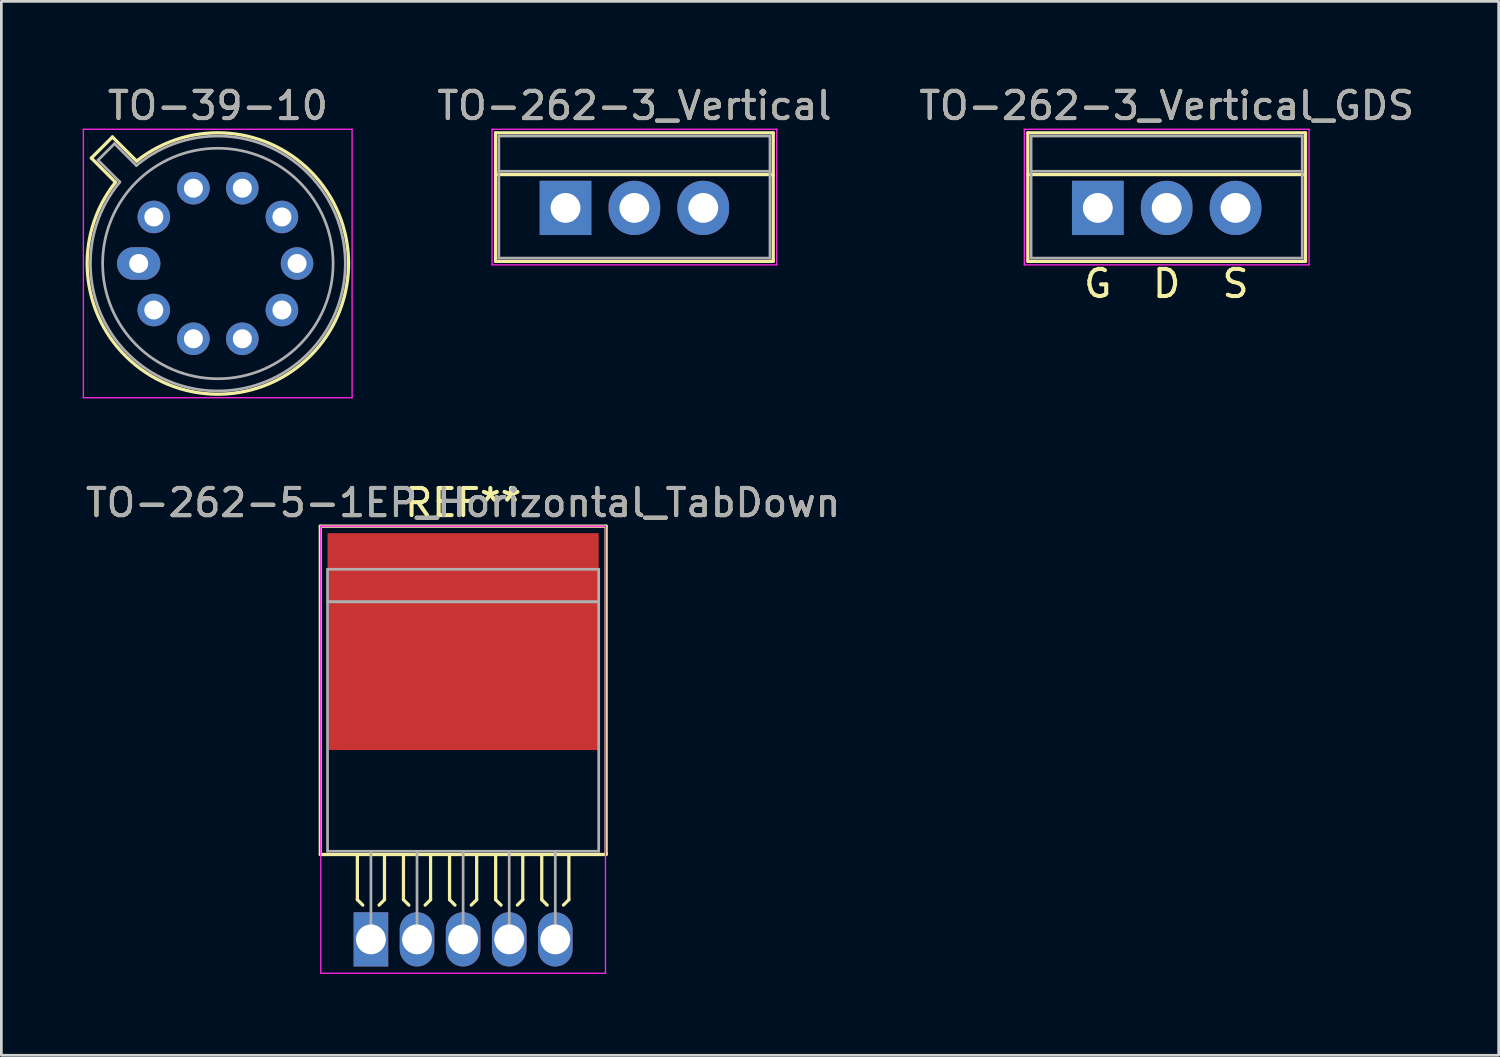
<source format=kicad_pcb>
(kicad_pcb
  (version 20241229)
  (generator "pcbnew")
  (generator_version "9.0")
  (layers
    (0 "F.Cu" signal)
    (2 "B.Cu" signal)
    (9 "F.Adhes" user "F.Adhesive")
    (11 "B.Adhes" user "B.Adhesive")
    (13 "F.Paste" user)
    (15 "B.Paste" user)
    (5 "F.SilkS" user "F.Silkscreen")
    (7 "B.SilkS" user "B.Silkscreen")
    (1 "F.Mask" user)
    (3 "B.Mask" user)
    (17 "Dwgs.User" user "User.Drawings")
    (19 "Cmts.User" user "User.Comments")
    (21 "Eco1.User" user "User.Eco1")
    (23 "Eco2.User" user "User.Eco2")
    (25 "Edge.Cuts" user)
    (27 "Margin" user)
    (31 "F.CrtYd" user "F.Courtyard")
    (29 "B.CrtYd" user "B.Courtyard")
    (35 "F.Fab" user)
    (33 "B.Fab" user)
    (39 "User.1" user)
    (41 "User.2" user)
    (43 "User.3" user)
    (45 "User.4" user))
  (footprint "TO-262-5-1EP_Horizontal_TabDown"
    (layer "F.Cu")
    (at 10.63 31.595)
    (property "Reference" "TO-262-5-1EP_Horizontal_TabDown" (at 3.4 -16.103 0) (layer "F.SilkS") (effects (font (size 1 1) (thickness 0.15))))
    (attr through_hole)
    (fp_line (start -1.867 -15.24) (end 8.674 -15.24) (stroke (width 0.12) (type solid)) (layer "F.SilkS"))
    (fp_line (start -1.867 -3.13) (end -1.867 -15.24) (stroke (width 0.12) (type solid)) (layer "F.SilkS"))
    (fp_line (start -1.867 -3.13) (end 8.674 -3.13) (stroke (width 0.12) (type solid)) (layer "F.SilkS"))
    (fp_line (start -0.5 -3.111) (end -0.5 -1.464) (stroke (width 0.12) (type solid)) (layer "F.SilkS"))
    (fp_line (start -0.5 -1.464) (end -0.3 -1.264) (stroke (width 0.12) (type solid)) (layer "F.SilkS"))
    (fp_line (start 0.5 -3.111) (end 0.5 -1.464) (stroke (width 0.12) (type solid)) (layer "F.SilkS"))
    (fp_line (start 0.5 -1.464) (end 0.3 -1.264) (stroke (width 0.12) (type solid)) (layer "F.SilkS"))
    (fp_line (start 1.2 -3.111) (end 1.2 -1.464) (stroke (width 0.12) (type solid)) (layer "F.SilkS"))
    (fp_line (start 1.2 -1.464) (end 1.4 -1.264) (stroke (width 0.12) (type solid)) (layer "F.SilkS"))
    (fp_line (start 2.2 -3.111) (end 2.2 -1.464) (stroke (width 0.12) (type solid)) (layer "F.SilkS"))
    (fp_line (start 2.2 -1.464) (end 2 -1.264) (stroke (width 0.12) (type solid)) (layer "F.SilkS"))
    (fp_line (start 2.9 -3.111) (end 2.9 -1.464) (stroke (width 0.12) (type solid)) (layer "F.SilkS"))
    (fp_line (start 2.9 -1.464) (end 3.1 -1.264) (stroke (width 0.12) (type solid)) (layer "F.SilkS"))
    (fp_line (start 3.9 -3.111) (end 3.9 -1.464) (stroke (width 0.12) (type solid)) (layer "F.SilkS"))
    (fp_line (start 3.9 -1.464) (end 3.7 -1.264) (stroke (width 0.12) (type solid)) (layer "F.SilkS"))
    (fp_line (start 4.6 -3.111) (end 4.6 -1.464) (stroke (width 0.12) (type solid)) (layer "F.SilkS"))
    (fp_line (start 4.6 -1.464) (end 4.8 -1.264) (stroke (width 0.12) (type solid)) (layer "F.SilkS"))
    (fp_line (start 5.6 -3.111) (end 5.6 -1.464) (stroke (width 0.12) (type solid)) (layer "F.SilkS"))
    (fp_line (start 5.6 -1.464) (end 5.4 -1.264) (stroke (width 0.12) (type solid)) (layer "F.SilkS"))
    (fp_line (start 6.3 -3.111) (end 6.3 -1.464) (stroke (width 0.12) (type solid)) (layer "F.SilkS"))
    (fp_line (start 6.3 -1.464) (end 6.5 -1.264) (stroke (width 0.12) (type solid)) (layer "F.SilkS"))
    (fp_line (start 7.3 -3.111) (end 7.3 -1.464) (stroke (width 0.12) (type solid)) (layer "F.SilkS"))
    (fp_line (start 7.3 -1.464) (end 7.1 -1.264) (stroke (width 0.12) (type solid)) (layer "F.SilkS"))
    (fp_line (start 8.674 -15.24) (end 8.674 -3.175) (stroke (width 0.12) (type solid)) (layer "F.SilkS"))
    (fp_line (start 8.674 -3.175) (end 8.674 -3.13) (stroke (width 0.12) (type solid)) (layer "F.SilkS"))
    (fp_line (start -1.85 -15.24) (end -1.85 1.25) (stroke (width 0.05) (type solid)) (layer "F.CrtYd"))
    (fp_line (start -1.85 1.25) (end 8.65 1.25) (stroke (width 0.05) (type solid)) (layer "F.CrtYd"))
    (fp_line (start 8.65 -15.24) (end -1.85 -15.24) (stroke (width 0.05) (type solid)) (layer "F.CrtYd"))
    (fp_line (start 8.65 1.25) (end 8.65 -15.24) (stroke (width 0.05) (type solid)) (layer "F.CrtYd"))
    (fp_line (start -1.6 -13.65) (end 8.4 -13.65) (stroke (width 0.1) (type solid)) (layer "F.Fab"))
    (fp_line (start -1.6 -12.45) (end -1.6 -13.65) (stroke (width 0.1) (type solid)) (layer "F.Fab"))
    (fp_line (start -1.6 -12.45) (end 8.4 -12.45) (stroke (width 0.1) (type solid)) (layer "F.Fab"))
    (fp_line (start -1.6 -3.25) (end -1.6 -12.45) (stroke (width 0.1) (type solid)) (layer "F.Fab"))
    (fp_line (start 0 -3.25) (end 0 0) (stroke (width 0.1) (type solid)) (layer "F.Fab"))
    (fp_line (start 1.7 -3.25) (end 1.7 0) (stroke (width 0.1) (type solid)) (layer "F.Fab"))
    (fp_line (start 3.4 -3.25) (end 3.4 0) (stroke (width 0.1) (type solid)) (layer "F.Fab"))
    (fp_line (start 5.1 -3.25) (end 5.1 0) (stroke (width 0.1) (type solid)) (layer "F.Fab"))
    (fp_line (start 6.8 -3.25) (end 6.8 0) (stroke (width 0.1) (type solid)) (layer "F.Fab"))
    (fp_line (start 8.4 -13.65) (end 8.4 -12.45) (stroke (width 0.1) (type solid)) (layer "F.Fab"))
    (fp_line (start 8.4 -12.45) (end -1.6 -12.45) (stroke (width 0.1) (type solid)) (layer "F.Fab"))
    (fp_line (start 8.4 -12.45) (end 8.4 -3.25) (stroke (width 0.1) (type solid)) (layer "F.Fab"))
    (fp_line (start 8.4 -3.25) (end -1.6 -3.25) (stroke (width 0.1) (type solid)) (layer "F.Fab"))
    (fp_text user "REF**" (at 3.404 -16.103 0) (layer "F.SilkS") (effects (font (size 1 1) (thickness 0.15))))
    (fp_text user "${REFERENCE}" (at 3.4 -16.103 0) (layer "F.Fab") (effects (font (size 1 1) (thickness 0.15))))
    (pad "1" thru_hole rect (at 0 0) (size 1.275 2) (drill 1.1) (layers "*.Cu" "*.Mask"))
    (pad "2" thru_hole oval (at 1.7 0) (size 1.275 2) (drill 1.1) (layers "*.Cu" "*.Mask"))
    (pad "3" thru_hole oval (at 3.4 0) (size 1.275 2) (drill 1.1) (layers "*.Cu" "*.Mask"))
    (pad "4" thru_hole oval (at 5.1 0) (size 1.275 2) (drill 1.1) (layers "*.Cu" "*.Mask"))
    (pad "5" thru_hole oval (at 6.8 0) (size 1.275 2) (drill 1.1) (layers "*.Cu" "*.Mask"))
    (pad "6" smd rect (at 3.4 -10.983) (size 10 8) (layers "F.Cu" "F.Mask" "F.Paste")))
  (footprint "TO-262-3_Vertical_GDS"
    (layer "F.Cu")
    (at 37.438 4.618)
    (property "Reference" "TO-262-3_Vertical_GDS" (at 2.54 -3.77 0) (layer "F.SilkS") (effects (font (size 1 1) (thickness 0.15))))
    (fp_line (start -2.58 -2.77) (end -2.58 1.971) (stroke (width 0.12) (type solid)) (layer "F.SilkS"))
    (fp_line (start -2.58 -2.77) (end 7.66 -2.77) (stroke (width 0.12) (type solid)) (layer "F.SilkS"))
    (fp_line (start -2.58 -1.23) (end 7.66 -1.23) (stroke (width 0.12) (type solid)) (layer "F.SilkS"))
    (fp_line (start -2.58 1.971) (end 7.66 1.971) (stroke (width 0.12) (type solid)) (layer "F.SilkS"))
    (fp_line (start 7.66 -2.77) (end 7.66 1.971) (stroke (width 0.12) (type solid)) (layer "F.SilkS"))
    (fp_line (start -2.71 -2.9) (end -2.71 2.1) (stroke (width 0.05) (type solid)) (layer "F.CrtYd"))
    (fp_line (start -2.71 2.1) (end 7.79 2.1) (stroke (width 0.05) (type solid)) (layer "F.CrtYd"))
    (fp_line (start 7.79 -2.9) (end -2.71 -2.9) (stroke (width 0.05) (type solid)) (layer "F.CrtYd"))
    (fp_line (start 7.79 2.1) (end 7.79 -2.9) (stroke (width 0.05) (type solid)) (layer "F.CrtYd"))
    (fp_line (start -2.46 -2.65) (end -2.46 1.85) (stroke (width 0.1) (type solid)) (layer "F.Fab"))
    (fp_line (start -2.46 -1.35) (end 7.54 -1.35) (stroke (width 0.1) (type solid)) (layer "F.Fab"))
    (fp_line (start -2.46 1.85) (end 7.54 1.85) (stroke (width 0.1) (type solid)) (layer "F.Fab"))
    (fp_line (start 7.54 -2.65) (end -2.46 -2.65) (stroke (width 0.1) (type solid)) (layer "F.Fab"))
    (fp_line (start 7.54 1.85) (end 7.54 -2.65) (stroke (width 0.1) (type solid)) (layer "F.Fab"))
    (fp_text user "S" (at 5.08 2.794 0) (unlocked yes) (layer "F.SilkS") (effects (font (size 1 1) (thickness 0.15))))
    (fp_text user "D" (at 2.54 2.794 0) (unlocked yes) (layer "F.SilkS") (effects (font (size 1 1) (thickness 0.15))))
    (fp_text user "G" (at 0 2.794 0) (unlocked yes) (layer "F.SilkS") (effects (font (size 1 1) (thickness 0.15))))
    (fp_text user "${REFERENCE}" (at 2.54 -3.77 0) (layer "F.Fab") (effects (font (size 1 1) (thickness 0.15))))
    (pad "1" thru_hole rect (at 0 0) (size 1.905 2) (drill 1.1) (layers "*.Cu" "*.Mask"))
    (pad "2" thru_hole oval (at 2.54 0) (size 1.905 2) (drill 1.1) (layers "*.Cu" "*.Mask"))
    (pad "3" thru_hole oval (at 5.08 0) (size 1.905 2) (drill 1.1) (layers "*.Cu" "*.Mask")))
  (footprint "TO-39-10"
    (layer "F.Cu")
    (at 2.065 6.668)
    (property "Reference" "TO-39-10" (at 2.92 -5.82 0) (layer "F.SilkS") (effects (font (size 1 1) (thickness 0.15))))
    (attr through_hole)
    (fp_line (start -1.746 -3.888) (end -0.855 -2.997) (stroke (width 0.12) (type solid)) (layer "F.SilkS"))
    (fp_line (start -0.968 -4.666) (end -1.746 -3.888) (stroke (width 0.12) (type solid)) (layer "F.SilkS"))
    (fp_line (start -0.077 -3.775) (end -0.968 -4.666) (stroke (width 0.12) (type solid)) (layer "F.SilkS"))
    (fp_arc (start -0.077084 -3.774902) (mid 6.328125 3.408384) (end -0.854674 -2.997371) (stroke (width 0.12) (type solid)) (layer "F.SilkS"))
    (fp_line (start -2.04 -4.95) (end -2.04 4.95) (stroke (width 0.05) (type solid)) (layer "F.CrtYd"))
    (fp_line (start -2.04 4.95) (end 7.87 4.95) (stroke (width 0.05) (type solid)) (layer "F.CrtYd"))
    (fp_line (start 7.87 -4.95) (end -2.04 -4.95) (stroke (width 0.05) (type solid)) (layer "F.CrtYd"))
    (fp_line (start 7.87 4.95) (end 7.87 -4.95) (stroke (width 0.05) (type solid)) (layer "F.CrtYd"))
    (fp_line (start -1.5 -3.812) (end -0.694 -3.005) (stroke (width 0.1) (type solid)) (layer "F.Fab"))
    (fp_line (start -0.892 -4.42) (end -1.5 -3.812) (stroke (width 0.1) (type solid)) (layer "F.Fab"))
    (fp_line (start -0.085 -3.614) (end -0.892 -4.42) (stroke (width 0.1) (type solid)) (layer "F.Fab"))
    (fp_arc (start -0.085408 -3.61352) (mid 6.243443 3.323361) (end -0.693594 -3.005319) (stroke (width 0.1) (type solid)) (layer "F.Fab"))
    (fp_circle (center 2.92 0) (end 7.17 0) (stroke (width 0.1) (type solid)) (fill no) (layer "F.Fab"))
    (fp_text user "${REFERENCE}" (at 2.92 -5.82 0) (layer "F.Fab") (effects (font (size 1 1) (thickness 0.15))))
    (pad "1" thru_hole oval (at 0 0) (size 1.6 1.2) (drill 0.7) (layers "*.Cu" "*.Mask"))
    (pad "2" thru_hole oval (at 0.558 1.716) (size 1.2 1.2) (drill 0.7) (layers "*.Cu" "*.Mask"))
    (pad "3" thru_hole oval (at 2.018 2.777) (size 1.2 1.2) (drill 0.7) (layers "*.Cu" "*.Mask"))
    (pad "4" thru_hole oval (at 3.822 2.777) (size 1.2 1.2) (drill 0.7) (layers "*.Cu" "*.Mask"))
    (pad "5" thru_hole oval (at 5.282 1.716) (size 1.2 1.2) (drill 0.7) (layers "*.Cu" "*.Mask"))
    (pad "6" thru_hole oval (at 5.84 0) (size 1.2 1.2) (drill 0.7) (layers "*.Cu" "*.Mask"))
    (pad "7" thru_hole oval (at 5.282 -1.716) (size 1.2 1.2) (drill 0.7) (layers "*.Cu" "*.Mask"))
    (pad "8" thru_hole oval (at 3.822 -2.777) (size 1.2 1.2) (drill 0.7) (layers "*.Cu" "*.Mask"))
    (pad "9" thru_hole oval (at 2.018 -2.777) (size 1.2 1.2) (drill 0.7) (layers "*.Cu" "*.Mask"))
    (pad "10" thru_hole oval (at 0.558 -1.716) (size 1.2 1.2) (drill 0.7) (layers "*.Cu" "*.Mask")))
  (footprint "TO-262-3_Vertical"
    (layer "F.Cu")
    (at 17.807 4.618)
    (property "Reference" "TO-262-3_Vertical" (at 2.54 -3.77 0) (layer "F.SilkS") (effects (font (size 1 1) (thickness 0.15))))
    (attr through_hole)
    (fp_line (start -2.58 -2.77) (end -2.58 1.971) (stroke (width 0.12) (type solid)) (layer "F.SilkS"))
    (fp_line (start -2.58 -2.77) (end 7.66 -2.77) (stroke (width 0.12) (type solid)) (layer "F.SilkS"))
    (fp_line (start -2.58 -1.23) (end 7.66 -1.23) (stroke (width 0.12) (type solid)) (layer "F.SilkS"))
    (fp_line (start -2.58 1.971) (end 7.66 1.971) (stroke (width 0.12) (type solid)) (layer "F.SilkS"))
    (fp_line (start 7.66 -2.77) (end 7.66 1.971) (stroke (width 0.12) (type solid)) (layer "F.SilkS"))
    (fp_line (start -2.71 -2.9) (end -2.71 2.1) (stroke (width 0.05) (type solid)) (layer "F.CrtYd"))
    (fp_line (start -2.71 2.1) (end 7.79 2.1) (stroke (width 0.05) (type solid)) (layer "F.CrtYd"))
    (fp_line (start 7.79 -2.9) (end -2.71 -2.9) (stroke (width 0.05) (type solid)) (layer "F.CrtYd"))
    (fp_line (start 7.79 2.1) (end 7.79 -2.9) (stroke (width 0.05) (type solid)) (layer "F.CrtYd"))
    (fp_line (start -2.46 -2.65) (end -2.46 1.85) (stroke (width 0.1) (type solid)) (layer "F.Fab"))
    (fp_line (start -2.46 -1.35) (end 7.54 -1.35) (stroke (width 0.1) (type solid)) (layer "F.Fab"))
    (fp_line (start -2.46 1.85) (end 7.54 1.85) (stroke (width 0.1) (type solid)) (layer "F.Fab"))
    (fp_line (start 7.54 -2.65) (end -2.46 -2.65) (stroke (width 0.1) (type solid)) (layer "F.Fab"))
    (fp_line (start 7.54 1.85) (end 7.54 -2.65) (stroke (width 0.1) (type solid)) (layer "F.Fab"))
    (fp_text user "${REFERENCE}" (at 2.54 -3.77 0) (layer "F.Fab") (effects (font (size 1 1) (thickness 0.15))))
    (pad "1" thru_hole rect (at 0 0) (size 1.905 2) (drill 1.1) (layers "*.Cu" "*.Mask"))
    (pad "2" thru_hole oval (at 2.54 0) (size 1.905 2) (drill 1.1) (layers "*.Cu" "*.Mask"))
    (pad "3" thru_hole oval (at 5.08 0) (size 1.905 2) (drill 1.1) (layers "*.Cu" "*.Mask")))
  (gr_rect
    (start -3 -3)
    (end 52.222 35.87)
    (stroke (width 0.1) (type default))
    (fill no)
    (layer "Edge.Cuts")))
</source>
